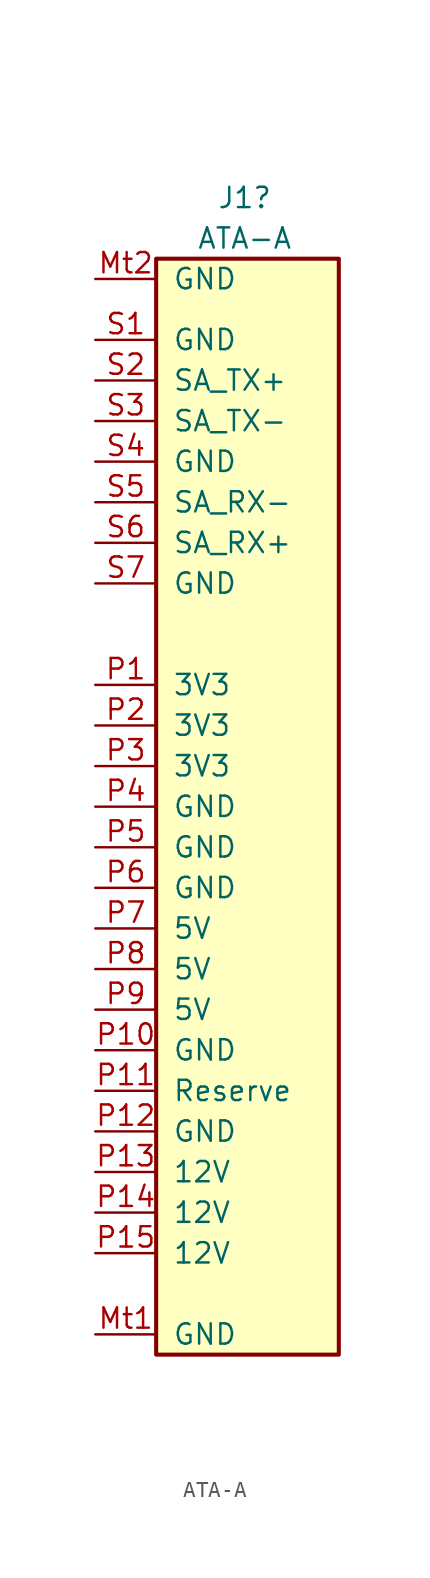
<source format=kicad_sym>
(kicad_symbol_lib
  (version 20211014)
  (generator kicad_symbol_editor)
  (symbol "ATA-A"
    (pin_names
      (offset 1.016))
    (property "Reference" "J1"
      (at -2.54 34.29 0)
      (effects (font (size 1.27 1.27)) (justify left)))
    (property "Value" "ATA-A"
      (at -3.81 31.75 0)
      (effects (font (size 1.27 1.27)) (justify left)))
    (symbol "ATA-A_1_1"
      (rectangle (start -6.35 30.48) (end 5.08 -38.1) (stroke (width 0.254) (type default) (color 0 0 0 0)) (fill (type background)))
      (pin passive line (at -10.16 -36.83 0) (length 3.81) (name "GND" (effects (font (size 1.27 1.27)))) (number "Mt1" (effects (font (size 1.27 1.27)))))
      (pin passive line (at -10.16 29.21 0) (length 3.81) (name "GND" (effects (font (size 1.27 1.27)))) (number "Mt2" (effects (font (size 1.27 1.27)))))
      (pin passive line (at -10.16 3.81 0) (length 3.81) (name "3V3" (effects (font (size 1.27 1.27)))) (number "P1" (effects (font (size 1.27 1.27)))))
      (pin passive line (at -10.16 -19.05 0) (length 3.81) (name "GND" (effects (font (size 1.27 1.27)))) (number "P10" (effects (font (size 1.27 1.27)))))
      (pin bidirectional line (at -10.16 -21.59 0) (length 3.81) (name "Reserve" (effects (font (size 1.27 1.27)))) (number "P11" (effects (font (size 1.27 1.27)))))
      (pin passive line (at -10.16 -24.13 0) (length 3.81) (name "GND" (effects (font (size 1.27 1.27)))) (number "P12" (effects (font (size 1.27 1.27)))))
      (pin passive line (at -10.16 -26.67 0) (length 3.81) (name "12V" (effects (font (size 1.27 1.27)))) (number "P13" (effects (font (size 1.27 1.27)))))
      (pin passive line (at -10.16 -29.21 0) (length 3.81) (name "12V" (effects (font (size 1.27 1.27)))) (number "P14" (effects (font (size 1.27 1.27)))))
      (pin passive line (at -10.16 -31.75 0) (length 3.81) (name "12V" (effects (font (size 1.27 1.27)))) (number "P15" (effects (font (size 1.27 1.27)))))
      (pin passive line (at -10.16 1.27 0) (length 3.81) (name "3V3" (effects (font (size 1.27 1.27)))) (number "P2" (effects (font (size 1.27 1.27)))))
      (pin passive line (at -10.16 -1.27 0) (length 3.81) (name "3V3" (effects (font (size 1.27 1.27)))) (number "P3" (effects (font (size 1.27 1.27)))))
      (pin passive line (at -10.16 -3.81 0) (length 3.81) (name "GND" (effects (font (size 1.27 1.27)))) (number "P4" (effects (font (size 1.27 1.27)))))
      (pin passive line (at -10.16 -6.35 0) (length 3.81) (name "GND" (effects (font (size 1.27 1.27)))) (number "P5" (effects (font (size 1.27 1.27)))))
      (pin passive line (at -10.16 -8.89 0) (length 3.81) (name "GND" (effects (font (size 1.27 1.27)))) (number "P6" (effects (font (size 1.27 1.27)))))
      (pin passive line (at -10.16 -11.43 0) (length 3.81) (name "5V" (effects (font (size 1.27 1.27)))) (number "P7" (effects (font (size 1.27 1.27)))))
      (pin passive line (at -10.16 -13.97 0) (length 3.81) (name "5V" (effects (font (size 1.27 1.27)))) (number "P8" (effects (font (size 1.27 1.27)))))
      (pin passive line (at -10.16 -16.51 0) (length 3.81) (name "5V" (effects (font (size 1.27 1.27)))) (number "P9" (effects (font (size 1.27 1.27)))))
      (pin passive line (at -10.16 25.4 0) (length 3.81) (name "GND" (effects (font (size 1.27 1.27)))) (number "S1" (effects (font (size 1.27 1.27)))))
      (pin output line (at -10.16 22.86 0) (length 3.81) (name "SA_TX+" (effects (font (size 1.27 1.27)))) (number "S2" (effects (font (size 1.27 1.27)))))
      (pin output line (at -10.16 20.32 0) (length 3.81) (name "SA_TX-" (effects (font (size 1.27 1.27)))) (number "S3" (effects (font (size 1.27 1.27)))))
      (pin passive line (at -10.16 17.78 0) (length 3.81) (name "GND" (effects (font (size 1.27 1.27)))) (number "S4" (effects (font (size 1.27 1.27)))))
      (pin output line (at -10.16 15.24 0) (length 3.81) (name "SA_RX-" (effects (font (size 1.27 1.27)))) (number "S5" (effects (font (size 1.27 1.27)))))
      (pin input line (at -10.16 12.7 0) (length 3.81) (name "SA_RX+" (effects (font (size 1.27 1.27)))) (number "S6" (effects (font (size 1.27 1.27)))))
      (pin passive line (at -10.16 10.16 0) (length 3.81) (name "GND" (effects (font (size 1.27 1.27)))) (number "S7" (effects (font (size 1.27 1.27))))))))
</source>
